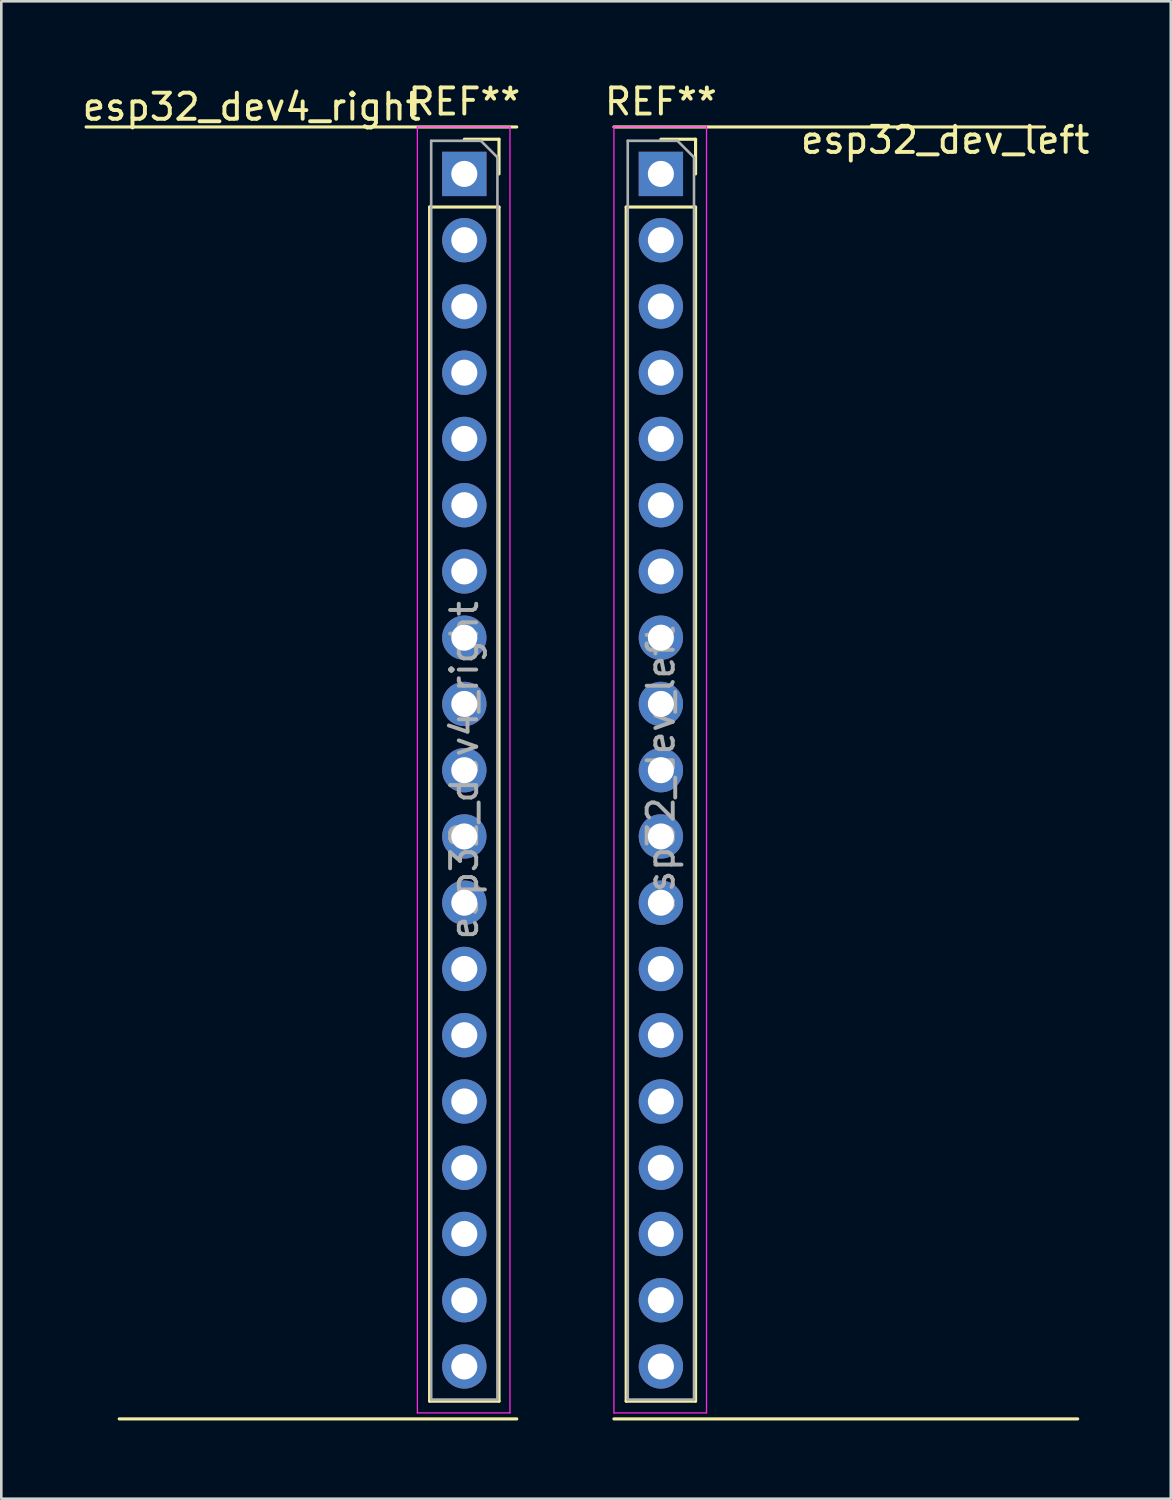
<source format=kicad_pcb>
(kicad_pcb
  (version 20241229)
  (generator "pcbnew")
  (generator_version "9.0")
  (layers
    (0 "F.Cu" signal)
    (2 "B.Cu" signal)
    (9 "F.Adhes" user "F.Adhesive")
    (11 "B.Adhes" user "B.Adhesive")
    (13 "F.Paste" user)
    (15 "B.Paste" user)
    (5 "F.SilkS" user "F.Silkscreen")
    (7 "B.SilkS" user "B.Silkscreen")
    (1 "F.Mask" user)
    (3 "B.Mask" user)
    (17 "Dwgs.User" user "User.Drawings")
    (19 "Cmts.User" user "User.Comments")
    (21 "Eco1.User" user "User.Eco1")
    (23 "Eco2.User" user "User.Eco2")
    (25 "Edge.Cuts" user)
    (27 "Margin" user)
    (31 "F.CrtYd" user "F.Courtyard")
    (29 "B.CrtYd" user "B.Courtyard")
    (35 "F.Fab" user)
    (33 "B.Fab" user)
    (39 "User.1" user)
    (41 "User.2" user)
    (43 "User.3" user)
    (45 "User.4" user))
  (footprint "esp32_dev4_right"
    (layer "F.Cu")
    (at 16.761 1.818)
    (property "Reference" "esp32_dev4_right" (at -10.16 -0.77 0) (layer "F.SilkS") (effects (font (size 1 1) (thickness 0.15))))
    (attr through_hole)
    (fp_line (start -3.34 3.07) (end -3.34 48.85) (stroke (width 0.12) (type solid)) (layer "F.SilkS"))
    (fp_line (start -3.34 3.07) (end -0.68 3.07) (stroke (width 0.12) (type solid)) (layer "F.SilkS"))
    (fp_line (start -3.34 48.85) (end -0.68 48.85) (stroke (width 0.12) (type solid)) (layer "F.SilkS"))
    (fp_line (start -2.01 0.47) (end -0.68 0.47) (stroke (width 0.12) (type solid)) (layer "F.SilkS"))
    (fp_line (start -0.68 0.47) (end -0.68 1.8) (stroke (width 0.12) (type solid)) (layer "F.SilkS"))
    (fp_line (start -0.68 3.07) (end -0.68 48.85) (stroke (width 0.12) (type solid)) (layer "F.SilkS"))
    (fp_line (start 0 0) (end -16.51 0) (stroke (width 0.12) (type solid)) (layer "F.SilkS"))
    (fp_line (start 0 49.53) (end -15.24 49.53) (stroke (width 0.12) (type solid)) (layer "F.SilkS"))
    (fp_line (start -3.81 0) (end -0.26 0) (stroke (width 0.05) (type solid)) (layer "F.CrtYd"))
    (fp_line (start -3.81 49.3) (end -3.81 0) (stroke (width 0.05) (type solid)) (layer "F.CrtYd"))
    (fp_line (start -0.26 0) (end -0.26 49.3) (stroke (width 0.05) (type solid)) (layer "F.CrtYd"))
    (fp_line (start -0.26 49.3) (end -3.81 49.3) (stroke (width 0.05) (type solid)) (layer "F.CrtYd"))
    (fp_line (start -3.28 0.53) (end -1.375 0.53) (stroke (width 0.1) (type solid)) (layer "F.Fab"))
    (fp_line (start -3.28 48.79) (end -3.28 0.53) (stroke (width 0.1) (type solid)) (layer "F.Fab"))
    (fp_line (start -1.375 0.53) (end -0.74 1.165) (stroke (width 0.1) (type solid)) (layer "F.Fab"))
    (fp_line (start -0.74 1.165) (end -0.74 48.79) (stroke (width 0.1) (type solid)) (layer "F.Fab"))
    (fp_line (start -0.74 48.79) (end -3.28 48.79) (stroke (width 0.1) (type solid)) (layer "F.Fab"))
    (fp_text user "REF**" (at -2.01 -0.97 0) (layer "F.SilkS") (effects (font (size 1 1) (thickness 0.15))))
    (fp_text user "${REFERENCE}" (at -2.01 24.66 90) (layer "F.Fab") (effects (font (size 1 1) (thickness 0.15))))
    (pad "1" thru_hole rect (at -2.01 1.8) (size 1.7 1.7) (drill 1) (layers "*.Cu" "*.Mask"))
    (pad "2" thru_hole oval (at -2.01 4.34) (size 1.7 1.7) (drill 1) (layers "*.Cu" "*.Mask"))
    (pad "3" thru_hole oval (at -2.01 6.88) (size 1.7 1.7) (drill 1) (layers "*.Cu" "*.Mask"))
    (pad "4" thru_hole oval (at -2.01 9.42) (size 1.7 1.7) (drill 1) (layers "*.Cu" "*.Mask"))
    (pad "5" thru_hole oval (at -2.01 11.96) (size 1.7 1.7) (drill 1) (layers "*.Cu" "*.Mask"))
    (pad "6" thru_hole oval (at -2.01 14.5) (size 1.7 1.7) (drill 1) (layers "*.Cu" "*.Mask"))
    (pad "7" thru_hole oval (at -2.01 17.04) (size 1.7 1.7) (drill 1) (layers "*.Cu" "*.Mask"))
    (pad "8" thru_hole oval (at -2.01 19.58) (size 1.7 1.7) (drill 1) (layers "*.Cu" "*.Mask"))
    (pad "9" thru_hole oval (at -2.01 22.12) (size 1.7 1.7) (drill 1) (layers "*.Cu" "*.Mask"))
    (pad "10" thru_hole oval (at -2.01 24.66) (size 1.7 1.7) (drill 1) (layers "*.Cu" "*.Mask"))
    (pad "11" thru_hole oval (at -2.01 27.2) (size 1.7 1.7) (drill 1) (layers "*.Cu" "*.Mask"))
    (pad "12" thru_hole oval (at -2.01 29.74) (size 1.7 1.7) (drill 1) (layers "*.Cu" "*.Mask"))
    (pad "13" thru_hole oval (at -2.01 32.28) (size 1.7 1.7) (drill 1) (layers "*.Cu" "*.Mask"))
    (pad "14" thru_hole oval (at -2.01 34.82) (size 1.7 1.7) (drill 1) (layers "*.Cu" "*.Mask"))
    (pad "15" thru_hole oval (at -2.01 37.36) (size 1.7 1.7) (drill 1) (layers "*.Cu" "*.Mask"))
    (pad "16" thru_hole oval (at -2.01 39.9) (size 1.7 1.7) (drill 1) (layers "*.Cu" "*.Mask"))
    (pad "17" thru_hole oval (at -2.01 42.44) (size 1.7 1.7) (drill 1) (layers "*.Cu" "*.Mask"))
    (pad "18" thru_hole oval (at -2.01 44.98) (size 1.7 1.7) (drill 1) (layers "*.Cu" "*.Mask"))
    (pad "19" thru_hole oval (at -2.01 47.52) (size 1.7 1.7) (drill 1) (layers "*.Cu" "*.Mask")))
  (footprint "esp32_dev_left"
    (layer "F.Cu")
    (at 33.187 1.818)
    (property "Reference" "esp32_dev_left" (at 0 0.5 0) (layer "F.SilkS") (effects (font (size 1 1) (thickness 0.15))))
    (attr through_hole)
    (fp_line (start -12.7 0) (end 3.81 0) (stroke (width 0.12) (type solid)) (layer "F.SilkS"))
    (fp_line (start -12.7 49.53) (end 5.08 49.53) (stroke (width 0.12) (type solid)) (layer "F.SilkS"))
    (fp_line (start -12.23 3.07) (end -12.23 48.85) (stroke (width 0.12) (type solid)) (layer "F.SilkS"))
    (fp_line (start -12.23 3.07) (end -9.57 3.07) (stroke (width 0.12) (type solid)) (layer "F.SilkS"))
    (fp_line (start -12.23 48.85) (end -9.57 48.85) (stroke (width 0.12) (type solid)) (layer "F.SilkS"))
    (fp_line (start -10.9 0.47) (end -9.57 0.47) (stroke (width 0.12) (type solid)) (layer "F.SilkS"))
    (fp_line (start -9.57 0.47) (end -9.57 1.8) (stroke (width 0.12) (type solid)) (layer "F.SilkS"))
    (fp_line (start -9.57 3.07) (end -9.57 48.85) (stroke (width 0.12) (type solid)) (layer "F.SilkS"))
    (fp_line (start -12.7 0) (end -9.15 0) (stroke (width 0.05) (type solid)) (layer "F.CrtYd"))
    (fp_line (start -12.7 49.3) (end -12.7 0) (stroke (width 0.05) (type solid)) (layer "F.CrtYd"))
    (fp_line (start -9.15 0) (end -9.15 49.3) (stroke (width 0.05) (type solid)) (layer "F.CrtYd"))
    (fp_line (start -9.15 49.3) (end -12.7 49.3) (stroke (width 0.05) (type solid)) (layer "F.CrtYd"))
    (fp_line (start -12.17 0.53) (end -10.265 0.53) (stroke (width 0.1) (type solid)) (layer "F.Fab"))
    (fp_line (start -12.17 48.79) (end -12.17 0.53) (stroke (width 0.1) (type solid)) (layer "F.Fab"))
    (fp_line (start -10.265 0.53) (end -9.63 1.165) (stroke (width 0.1) (type solid)) (layer "F.Fab"))
    (fp_line (start -9.63 1.165) (end -9.63 48.79) (stroke (width 0.1) (type solid)) (layer "F.Fab"))
    (fp_line (start -9.63 48.79) (end -12.17 48.79) (stroke (width 0.1) (type solid)) (layer "F.Fab"))
    (fp_text user "REF**" (at -10.9 -0.97 0) (layer "F.SilkS") (effects (font (size 1 1) (thickness 0.15))))
    (fp_text user "${REFERENCE}" (at -10.9 24.66 90) (layer "F.Fab") (effects (font (size 1 1) (thickness 0.15))))
    (pad "1" thru_hole rect (at -10.9 1.8) (size 1.7 1.7) (drill 1) (layers "*.Cu" "*.Mask"))
    (pad "2" thru_hole oval (at -10.9 4.34) (size 1.7 1.7) (drill 1) (layers "*.Cu" "*.Mask"))
    (pad "3" thru_hole oval (at -10.9 6.88) (size 1.7 1.7) (drill 1) (layers "*.Cu" "*.Mask"))
    (pad "4" thru_hole oval (at -10.9 9.42) (size 1.7 1.7) (drill 1) (layers "*.Cu" "*.Mask"))
    (pad "5" thru_hole oval (at -10.9 11.96) (size 1.7 1.7) (drill 1) (layers "*.Cu" "*.Mask"))
    (pad "6" thru_hole oval (at -10.9 14.5) (size 1.7 1.7) (drill 1) (layers "*.Cu" "*.Mask"))
    (pad "7" thru_hole oval (at -10.9 17.04) (size 1.7 1.7) (drill 1) (layers "*.Cu" "*.Mask"))
    (pad "8" thru_hole oval (at -10.9 19.58) (size 1.7 1.7) (drill 1) (layers "*.Cu" "*.Mask"))
    (pad "9" thru_hole oval (at -10.9 22.12) (size 1.7 1.7) (drill 1) (layers "*.Cu" "*.Mask"))
    (pad "10" thru_hole oval (at -10.9 24.66) (size 1.7 1.7) (drill 1) (layers "*.Cu" "*.Mask"))
    (pad "11" thru_hole oval (at -10.9 27.2) (size 1.7 1.7) (drill 1) (layers "*.Cu" "*.Mask"))
    (pad "12" thru_hole oval (at -10.9 29.74) (size 1.7 1.7) (drill 1) (layers "*.Cu" "*.Mask"))
    (pad "13" thru_hole oval (at -10.9 32.28) (size 1.7 1.7) (drill 1) (layers "*.Cu" "*.Mask"))
    (pad "14" thru_hole oval (at -10.9 34.82) (size 1.7 1.7) (drill 1) (layers "*.Cu" "*.Mask"))
    (pad "15" thru_hole oval (at -10.9 37.36) (size 1.7 1.7) (drill 1) (layers "*.Cu" "*.Mask"))
    (pad "16" thru_hole oval (at -10.9 39.9) (size 1.7 1.7) (drill 1) (layers "*.Cu" "*.Mask"))
    (pad "17" thru_hole oval (at -10.9 42.44) (size 1.7 1.7) (drill 1) (layers "*.Cu" "*.Mask"))
    (pad "18" thru_hole oval (at -10.9 44.98) (size 1.7 1.7) (drill 1) (layers "*.Cu" "*.Mask"))
    (pad "19" thru_hole oval (at -10.9 47.52) (size 1.7 1.7) (drill 1) (layers "*.Cu" "*.Mask")))
  (gr_rect
    (start -3 -3)
    (end 41.836 54.408)
    (stroke (width 0.1) (type default))
    (fill no)
    (layer "Edge.Cuts")))
</source>
